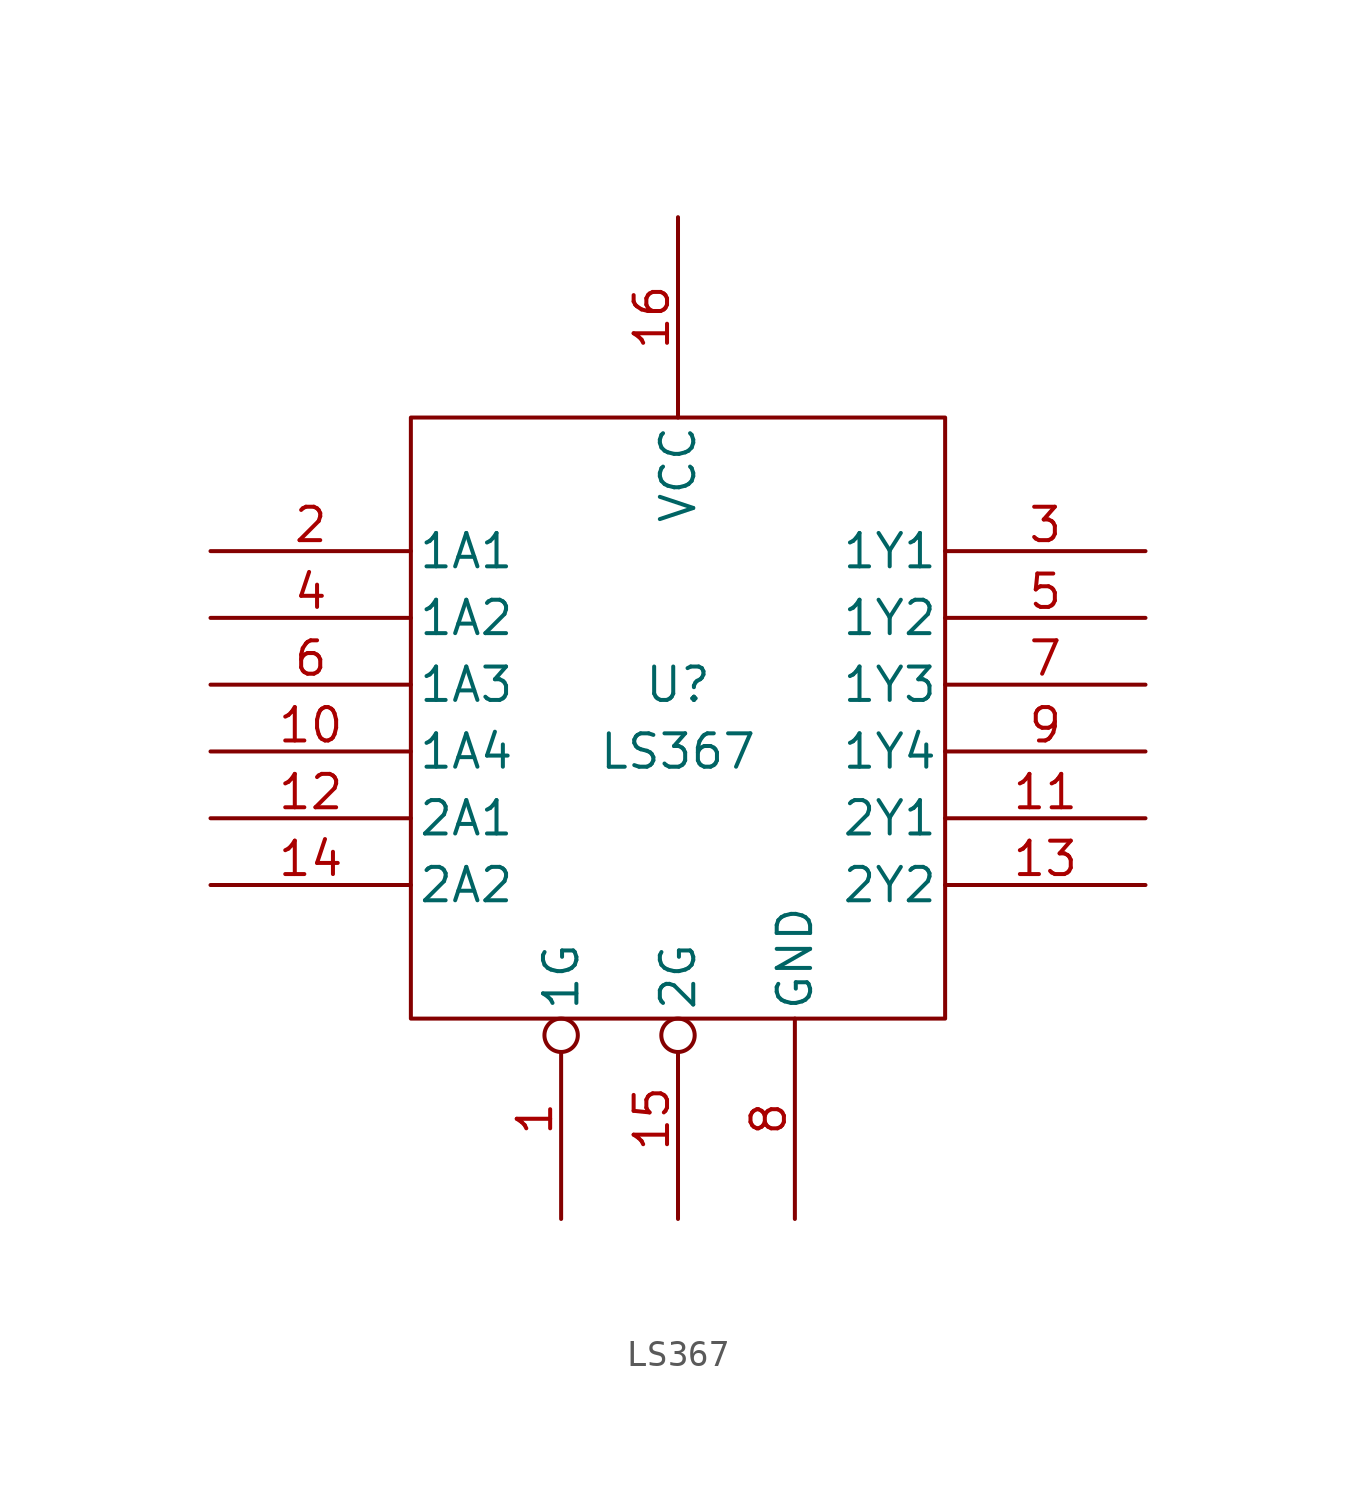
<source format=kicad_sym>
(kicad_symbol_lib
  (version 20211014)
  (generator kicad_symbol_editor)
  (symbol "LS367"
    (pin_names
      (offset 0.254))
    (property "Reference" "U"
      (at 0 1.27 0)
      (effects (font (size 1.27 1.27))))
    (property "Value" "LS367"
      (at 0 -1.27 0)
      (effects (font (size 1.27 1.27))))
    (symbol "LS367_0_0"
      (pin power_in line (at 4.445 -19.05 90) (length 7.62) (name "GND" (effects (font (size 1.27 1.27)))) (number "8" (effects (font (size 1.27 1.27))))))
    (symbol "LS367_0_1"
      (rectangle (start -10.16 11.43) (end 10.16 -11.43) (stroke (width 0) (type default) (color 0 0 0 0)) (fill (type none))))
    (symbol "LS367_1_0"
      (pin power_in line (at 0 19.05 270) (length 7.62) (name "VCC" (effects (font (size 1.27 1.27)))) (number "16" (effects (font (size 1.27 1.27))))))
    (symbol "LS367_1_1"
      (pin input inverted (at -4.445 -19.05 90) (length 7.62) (name "1G" (effects (font (size 1.27 1.27)))) (number "1" (effects (font (size 1.27 1.27)))))
      (pin input line (at -17.78 -1.27 0) (length 7.62) (name "1A4" (effects (font (size 1.27 1.27)))) (number "10" (effects (font (size 1.27 1.27)))))
      (pin tri_state line (at 17.78 -3.81 180) (length 7.62) (name "2Y1" (effects (font (size 1.27 1.27)))) (number "11" (effects (font (size 1.27 1.27)))))
      (pin input line (at -17.78 -3.81 0) (length 7.62) (name "2A1" (effects (font (size 1.27 1.27)))) (number "12" (effects (font (size 1.27 1.27)))))
      (pin tri_state line (at 17.78 -6.35 180) (length 7.62) (name "2Y2" (effects (font (size 1.27 1.27)))) (number "13" (effects (font (size 1.27 1.27)))))
      (pin input line (at -17.78 -6.35 0) (length 7.62) (name "2A2" (effects (font (size 1.27 1.27)))) (number "14" (effects (font (size 1.27 1.27)))))
      (pin input inverted (at 0 -19.05 90) (length 7.62) (name "2G" (effects (font (size 1.27 1.27)))) (number "15" (effects (font (size 1.27 1.27)))))
      (pin input line (at -17.78 6.35 0) (length 7.62) (name "1A1" (effects (font (size 1.27 1.27)))) (number "2" (effects (font (size 1.27 1.27)))))
      (pin tri_state line (at 17.78 6.35 180) (length 7.62) (name "1Y1" (effects (font (size 1.27 1.27)))) (number "3" (effects (font (size 1.27 1.27)))))
      (pin input line (at -17.78 3.81 0) (length 7.62) (name "1A2" (effects (font (size 1.27 1.27)))) (number "4" (effects (font (size 1.27 1.27)))))
      (pin tri_state line (at 17.78 3.81 180) (length 7.62) (name "1Y2" (effects (font (size 1.27 1.27)))) (number "5" (effects (font (size 1.27 1.27)))))
      (pin input line (at -17.78 1.27 0) (length 7.62) (name "1A3" (effects (font (size 1.27 1.27)))) (number "6" (effects (font (size 1.27 1.27)))))
      (pin tri_state line (at 17.78 1.27 180) (length 7.62) (name "1Y3" (effects (font (size 1.27 1.27)))) (number "7" (effects (font (size 1.27 1.27)))))
      (pin tri_state line (at 17.78 -1.27 180) (length 7.62) (name "1Y4" (effects (font (size 1.27 1.27)))) (number "9" (effects (font (size 1.27 1.27))))))))
</source>
